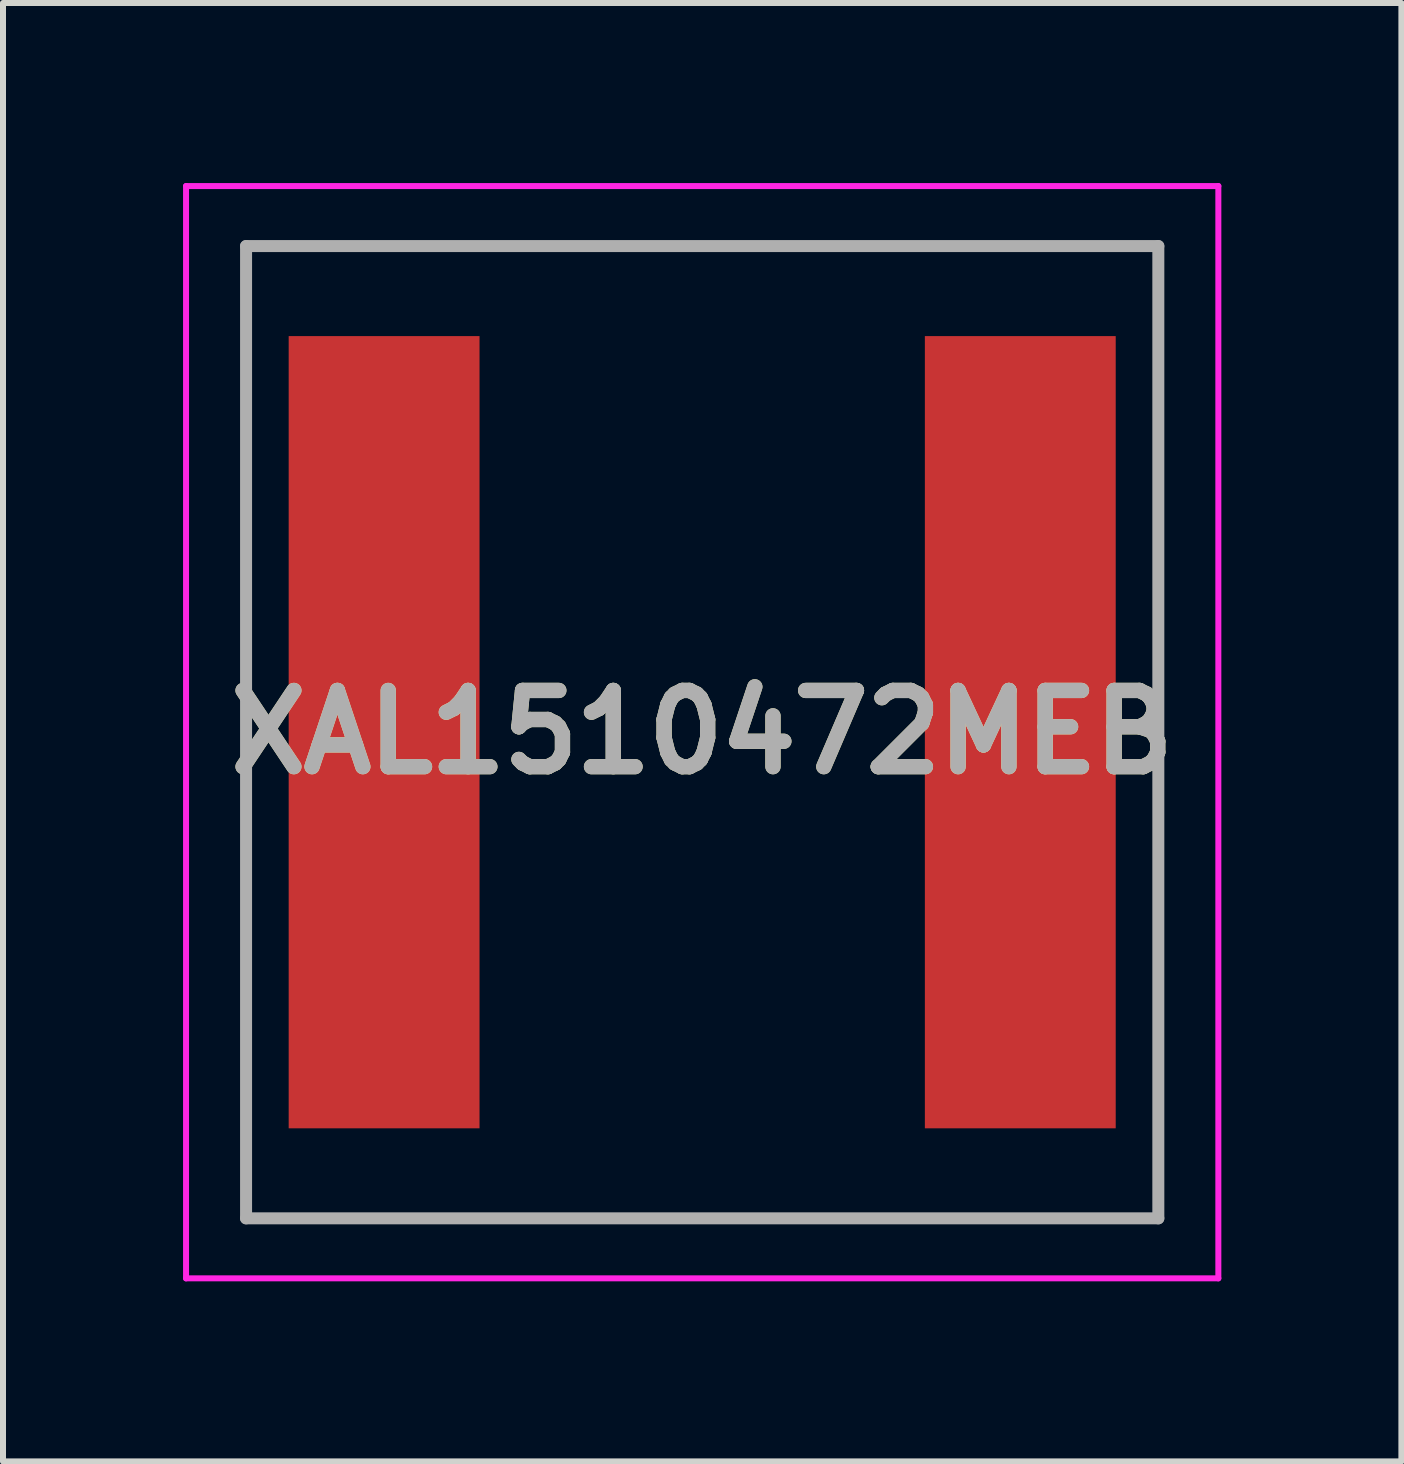
<source format=kicad_pcb>
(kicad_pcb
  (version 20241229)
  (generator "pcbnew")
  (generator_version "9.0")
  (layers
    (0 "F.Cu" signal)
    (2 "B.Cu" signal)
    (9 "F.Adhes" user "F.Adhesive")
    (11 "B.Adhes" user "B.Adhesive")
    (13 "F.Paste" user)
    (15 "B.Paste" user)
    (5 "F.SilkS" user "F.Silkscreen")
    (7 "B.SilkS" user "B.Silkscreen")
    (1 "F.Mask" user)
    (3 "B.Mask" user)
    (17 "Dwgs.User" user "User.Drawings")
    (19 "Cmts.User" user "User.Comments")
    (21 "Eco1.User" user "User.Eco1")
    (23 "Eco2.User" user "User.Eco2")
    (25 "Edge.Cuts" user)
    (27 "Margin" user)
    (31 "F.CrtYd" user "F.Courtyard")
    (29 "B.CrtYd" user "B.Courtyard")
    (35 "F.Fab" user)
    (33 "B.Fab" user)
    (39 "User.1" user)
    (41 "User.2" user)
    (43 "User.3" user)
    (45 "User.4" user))
  (footprint "XAL1510472MEB"
    (layer "F.Cu")
    (at 8.65 9.15)
    (property "Reference" "XAL1510472MEB" (at 0 0 0) (layer "F.SilkS") (effects (font (size 1.27 1.27) (thickness 0.254))))
    (attr smd)
    (fp_line (start -7.6 -8.1) (end 7.6 -8.1) (stroke (width 0.1) (type solid)) (layer "F.SilkS"))
    (fp_line (start -7.6 8.1) (end -7.6 -8.1) (stroke (width 0.1) (type solid)) (layer "F.SilkS"))
    (fp_line (start 7.6 -8.1) (end 7.6 8.1) (stroke (width 0.1) (type solid)) (layer "F.SilkS"))
    (fp_line (start 7.6 8.1) (end -7.6 8.1) (stroke (width 0.1) (type solid)) (layer "F.SilkS"))
    (fp_line (start -8.6 -9.1) (end 8.6 -9.1) (stroke (width 0.1) (type solid)) (layer "F.CrtYd"))
    (fp_line (start -8.6 9.1) (end -8.6 -9.1) (stroke (width 0.1) (type solid)) (layer "F.CrtYd"))
    (fp_line (start 8.6 -9.1) (end 8.6 9.1) (stroke (width 0.1) (type solid)) (layer "F.CrtYd"))
    (fp_line (start 8.6 9.1) (end -8.6 9.1) (stroke (width 0.1) (type solid)) (layer "F.CrtYd"))
    (fp_line (start -7.6 -8.1) (end 7.6 -8.1) (stroke (width 0.2) (type solid)) (layer "F.Fab"))
    (fp_line (start -7.6 8.1) (end -7.6 -8.1) (stroke (width 0.2) (type solid)) (layer "F.Fab"))
    (fp_line (start 7.6 -8.1) (end 7.6 8.1) (stroke (width 0.2) (type solid)) (layer "F.Fab"))
    (fp_line (start 7.6 8.1) (end -7.6 8.1) (stroke (width 0.2) (type solid)) (layer "F.Fab"))
    (fp_text user "${REFERENCE}" (at 0 0 0) (layer "F.Fab") (effects (font (size 1.27 1.27) (thickness 0.254))))
    (pad "1" smd rect (at -5.3 0) (size 3.18 13.2) (layers "F.Cu" "F.Mask" "F.Paste"))
    (pad "2" smd rect (at 5.3 0) (size 3.18 13.2) (layers "F.Cu" "F.Mask" "F.Paste")))
  (gr_rect
    (start -3 -3)
    (end 20.3 21.3)
    (stroke (width 0.1) (type default))
    (fill no)
    (layer "Edge.Cuts")))
</source>
